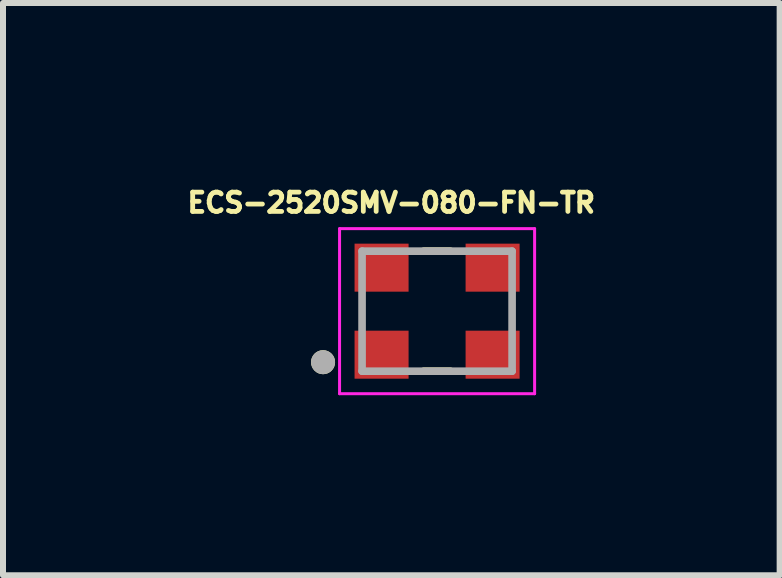
<source format=kicad_pcb>
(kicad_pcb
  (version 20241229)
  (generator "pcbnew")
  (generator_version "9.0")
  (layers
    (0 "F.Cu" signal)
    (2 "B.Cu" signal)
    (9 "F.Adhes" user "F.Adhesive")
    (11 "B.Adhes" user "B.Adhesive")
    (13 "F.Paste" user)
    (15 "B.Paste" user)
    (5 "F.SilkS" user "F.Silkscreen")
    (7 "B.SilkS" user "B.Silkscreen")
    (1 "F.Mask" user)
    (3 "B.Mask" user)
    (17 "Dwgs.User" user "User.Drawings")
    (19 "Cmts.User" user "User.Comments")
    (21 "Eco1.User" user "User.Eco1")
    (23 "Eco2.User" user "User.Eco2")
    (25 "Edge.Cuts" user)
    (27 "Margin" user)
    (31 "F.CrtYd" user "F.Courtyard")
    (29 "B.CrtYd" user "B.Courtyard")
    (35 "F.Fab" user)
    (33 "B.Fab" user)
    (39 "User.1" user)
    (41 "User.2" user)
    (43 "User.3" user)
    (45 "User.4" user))
  (footprint "ECS-2520SMV-080-FN-TR"
    (layer "F.Cu")
    (at 4.233 2.135)
    (property "Reference" "ECS-2520SMV-080-FN-TR" (at -0.763 -1.807 0) (layer "F.SilkS") (effects (font (size 0.321 0.321) (thickness 0.15))))
    (attr smd)
    (fp_line (start -0.221 -1) (end 0.221 -1) (stroke (width 0.127) (type solid)) (layer "F.SilkS"))
    (fp_line (start -0.221 1) (end 0.221 1) (stroke (width 0.127) (type solid)) (layer "F.SilkS"))
    (fp_circle (center -1.9 0.85) (end -1.8 0.85) (stroke (width 0.2) (type solid)) (fill no) (layer "F.SilkS"))
    (fp_line (start -1.625 -1.375) (end 1.625 -1.375) (stroke (width 0.05) (type solid)) (layer "F.CrtYd"))
    (fp_line (start -1.625 1.375) (end -1.625 -1.375) (stroke (width 0.05) (type solid)) (layer "F.CrtYd"))
    (fp_line (start 1.625 -1.375) (end 1.625 1.375) (stroke (width 0.05) (type solid)) (layer "F.CrtYd"))
    (fp_line (start 1.625 1.375) (end -1.625 1.375) (stroke (width 0.05) (type solid)) (layer "F.CrtYd"))
    (fp_line (start -1.25 -1) (end 1.25 -1) (stroke (width 0.127) (type solid)) (layer "F.Fab"))
    (fp_line (start -1.25 1) (end -1.25 -1) (stroke (width 0.127) (type solid)) (layer "F.Fab"))
    (fp_line (start 1.25 -1) (end 1.25 1) (stroke (width 0.127) (type solid)) (layer "F.Fab"))
    (fp_line (start 1.25 1) (end -1.25 1) (stroke (width 0.127) (type solid)) (layer "F.Fab"))
    (fp_circle (center -1.9 0.85) (end -1.8 0.85) (stroke (width 0.2) (type solid)) (fill no) (layer "F.Fab"))
    (pad "1" smd rect (at -0.925 0.725 180) (size 0.9 0.8) (layers "F.Cu" "F.Mask" "F.Paste"))
    (pad "2" smd rect (at 0.925 0.725 180) (size 0.9 0.8) (layers "F.Cu" "F.Mask" "F.Paste"))
    (pad "3" smd rect (at 0.925 -0.725 180) (size 0.9 0.8) (layers "F.Cu" "F.Mask" "F.Paste"))
    (pad "4" smd rect (at -0.925 -0.725 180) (size 0.9 0.8) (layers "F.Cu" "F.Mask" "F.Paste")))
  (gr_rect
    (start -3 -3)
    (end 9.941 6.535)
    (stroke (width 0.1) (type default))
    (fill no)
    (layer "Edge.Cuts")))
</source>
